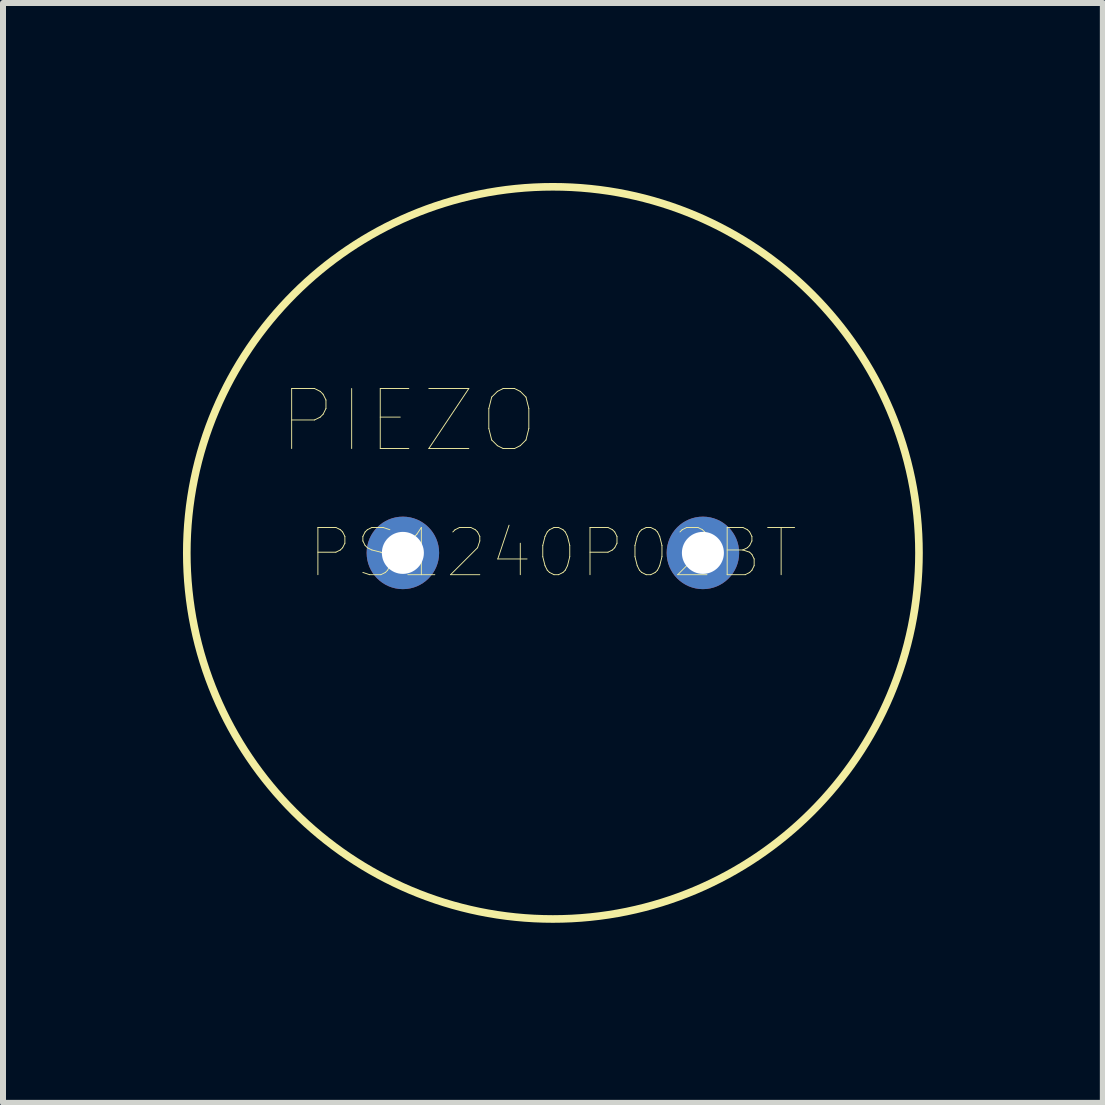
<source format=kicad_pcb>
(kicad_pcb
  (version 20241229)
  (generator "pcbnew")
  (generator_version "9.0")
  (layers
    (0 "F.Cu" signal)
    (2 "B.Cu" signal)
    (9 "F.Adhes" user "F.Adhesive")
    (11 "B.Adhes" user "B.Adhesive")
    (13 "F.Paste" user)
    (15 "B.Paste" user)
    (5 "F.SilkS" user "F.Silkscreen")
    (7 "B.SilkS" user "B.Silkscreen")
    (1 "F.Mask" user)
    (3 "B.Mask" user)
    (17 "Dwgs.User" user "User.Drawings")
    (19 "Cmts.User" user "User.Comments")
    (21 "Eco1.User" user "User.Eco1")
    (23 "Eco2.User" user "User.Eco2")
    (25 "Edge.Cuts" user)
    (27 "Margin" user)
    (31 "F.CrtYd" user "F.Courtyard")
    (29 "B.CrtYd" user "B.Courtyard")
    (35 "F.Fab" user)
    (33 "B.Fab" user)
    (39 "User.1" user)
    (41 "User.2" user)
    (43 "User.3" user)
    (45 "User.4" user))
  (footprint "PS1240P02BT"
    (layer "F.Cu")
    (at 6.164 6.164)
    (property "Reference" "PS1240P02BT" (at 0 0 0) (layer "F.SilkS") (effects (font (size 0.787 0.787) (thickness 0.015))))
    (attr through_hole)
    (fp_circle (center 0 0) (end 6.101 0) (stroke (width 0.127) (type solid)) (fill no) (layer "F.SilkS"))
    (fp_text user "PIEZO" (at -2.401 -2.201 0) (layer "F.SilkS") (effects (font (size 1 1) (thickness 0.015))))
    (pad "P$1" thru_hole circle (at -2.5 0) (size 1.208 1.208) (drill 0.7) (layers "*.Cu" "*.Mask"))
    (pad "P$2" thru_hole circle (at 2.5 0) (size 1.208 1.208) (drill 0.7) (layers "*.Cu" "*.Mask")))
  (gr_rect
    (start -3 -3)
    (end 15.329 15.329)
    (stroke (width 0.1) (type default))
    (fill no)
    (layer "Edge.Cuts")))
</source>
